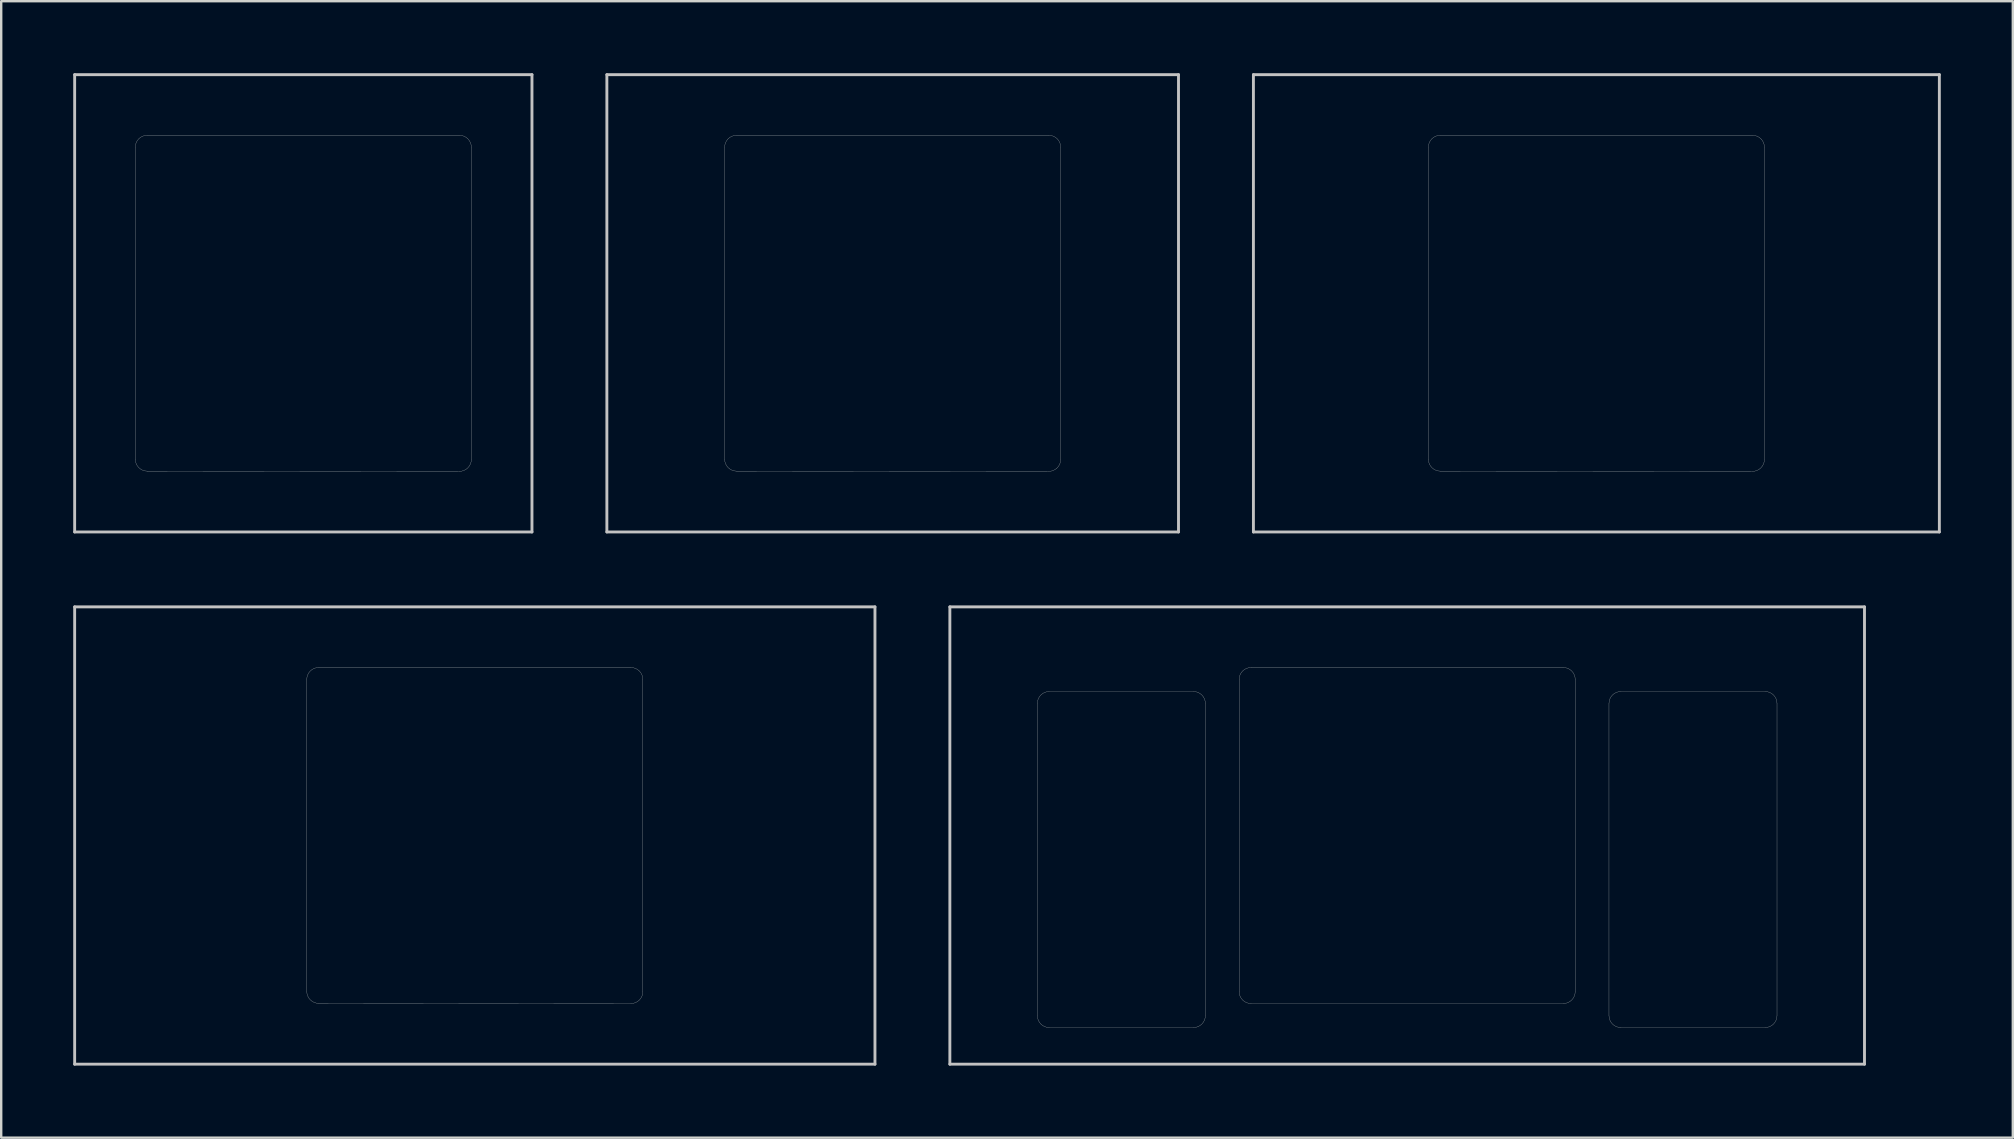
<source format=kicad_pcb>
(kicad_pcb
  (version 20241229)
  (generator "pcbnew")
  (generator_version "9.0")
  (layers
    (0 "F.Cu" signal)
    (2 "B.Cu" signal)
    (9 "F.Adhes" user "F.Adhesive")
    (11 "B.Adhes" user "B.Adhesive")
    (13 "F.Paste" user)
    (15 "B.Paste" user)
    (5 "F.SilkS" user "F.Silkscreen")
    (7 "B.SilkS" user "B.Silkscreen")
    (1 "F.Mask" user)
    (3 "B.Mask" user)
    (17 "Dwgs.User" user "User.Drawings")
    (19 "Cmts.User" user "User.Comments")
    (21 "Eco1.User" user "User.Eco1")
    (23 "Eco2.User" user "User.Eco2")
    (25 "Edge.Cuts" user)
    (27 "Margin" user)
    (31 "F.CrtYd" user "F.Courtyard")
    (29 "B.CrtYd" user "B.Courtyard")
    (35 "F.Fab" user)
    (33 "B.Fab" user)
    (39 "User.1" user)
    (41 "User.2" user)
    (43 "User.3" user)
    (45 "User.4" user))
  (footprint "MX200"
    (layer "F.Cu")
    (at 55.568 31.755)
    (property "Reference" "MX200" (at 0 2.381 0) (layer "Eco1.User") (effects (font (size 1 1) (thickness 0.15))))
    (attr through_hole)
    (fp_line (start -19.05 -9.525) (end 19.05 -9.525) (stroke (width 0.12) (type solid)) (layer "Dwgs.User"))
    (fp_line (start -19.05 9.525) (end -19.05 -9.525) (stroke (width 0.12) (type solid)) (layer "Dwgs.User"))
    (fp_line (start 19.05 -9.525) (end 19.05 9.525) (stroke (width 0.12) (type solid)) (layer "Dwgs.User"))
    (fp_line (start 19.05 9.525) (end -19.05 9.525) (stroke (width 0.12) (type solid)) (layer "Dwgs.User"))
    (fp_line (start 0 0) (end -0.5 0) (stroke (width 0.12) (type solid)) (layer "Eco1.User"))
    (fp_line (start 0 0) (end 0 -0.5) (stroke (width 0.12) (type solid)) (layer "Eco1.User"))
    (fp_line (start 0 0) (end 0 0.5) (stroke (width 0.12) (type solid)) (layer "Eco1.User"))
    (fp_line (start 0 0) (end 0.5 0) (stroke (width 0.12) (type solid)) (layer "Eco1.User"))
    (fp_line (start -15.406 -5.5) (end -15.406 7.5) (stroke (width 0.01) (type solid)) (layer "Edge.Cuts"))
    (fp_line (start -14.906 -6) (end -8.906 -6) (stroke (width 0.01) (type solid)) (layer "Edge.Cuts"))
    (fp_line (start -14.906 8) (end -8.906 8) (stroke (width 0.01) (type solid)) (layer "Edge.Cuts"))
    (fp_line (start -8.406 -5.5) (end -8.406 7.5) (stroke (width 0.01) (type solid)) (layer "Edge.Cuts"))
    (fp_line (start -7 -6.5) (end -7 6.5) (stroke (width 0.01) (type solid)) (layer "Edge.Cuts"))
    (fp_line (start -6.5 -7) (end 6.5 -7) (stroke (width 0.01) (type solid)) (layer "Edge.Cuts"))
    (fp_line (start -6.5 7) (end 6.5 7) (stroke (width 0.01) (type solid)) (layer "Edge.Cuts"))
    (fp_line (start 7 -6.5) (end 7 6.5) (stroke (width 0.01) (type solid)) (layer "Edge.Cuts"))
    (fp_line (start 8.406 -5.5) (end 8.406 7.5) (stroke (width 0.01) (type solid)) (layer "Edge.Cuts"))
    (fp_line (start 8.906 -6) (end 14.906 -6) (stroke (width 0.01) (type solid)) (layer "Edge.Cuts"))
    (fp_line (start 8.906 8) (end 14.906 8) (stroke (width 0.01) (type solid)) (layer "Edge.Cuts"))
    (fp_line (start 15.406 -5.5) (end 15.406 7.5) (stroke (width 0.01) (type solid)) (layer "Edge.Cuts"))
    (fp_arc (start -15.40625 -5.5) (mid -15.259803 -5.853553) (end -14.90625 -6) (stroke (width 0.010007) (type solid)) (layer "Edge.Cuts"))
    (fp_arc (start -14.90625 8.000008) (mid -15.259803 7.853561) (end -15.40625 7.500008) (stroke (width 0.010007) (type solid)) (layer "Edge.Cuts"))
    (fp_arc (start -8.90625 -6) (mid -8.552697 -5.853553) (end -8.40625 -5.5) (stroke (width 0.010007) (type solid)) (layer "Edge.Cuts"))
    (fp_arc (start -8.40625 7.500008) (mid -8.552697 7.853561) (end -8.90625 8.000008) (stroke (width 0.010007) (type solid)) (layer "Edge.Cuts"))
    (fp_arc (start -7 -6.5) (mid -6.853553 -6.853553) (end -6.5 -7) (stroke (width 0.010007) (type solid)) (layer "Edge.Cuts"))
    (fp_arc (start -6.5 7) (mid -6.853553 6.853553) (end -7 6.5) (stroke (width 0.010007) (type solid)) (layer "Edge.Cuts"))
    (fp_arc (start 6.5 -7) (mid 6.853553 -6.853553) (end 7 -6.5) (stroke (width 0.010007) (type solid)) (layer "Edge.Cuts"))
    (fp_arc (start 6.999672 6.500007) (mid 6.853225 6.85356) (end 6.499672 7.000007) (stroke (width 0.010007) (type solid)) (layer "Edge.Cuts"))
    (fp_arc (start 8.40625 -5.5) (mid 8.552697 -5.853553) (end 8.90625 -6) (stroke (width 0.010007) (type solid)) (layer "Edge.Cuts"))
    (fp_arc (start 8.90625 8.000008) (mid 8.552697 7.853561) (end 8.40625 7.500008) (stroke (width 0.010007) (type solid)) (layer "Edge.Cuts"))
    (fp_arc (start 14.90625 -6) (mid 15.259803 -5.853553) (end 15.40625 -5.5) (stroke (width 0.010007) (type solid)) (layer "Edge.Cuts"))
    (fp_arc (start 15.40625 7.500008) (mid 15.259803 7.853561) (end 14.90625 8.000008) (stroke (width 0.010007) (type solid)) (layer "Edge.Cuts")))
  (footprint "MX150"
    (layer "F.Cu")
    (at 63.45 9.585)
    (property "Reference" "MX150" (at 0 2.381 0) (layer "Eco1.User") (effects (font (size 1 1) (thickness 0.15))))
    (attr through_hole)
    (fp_line (start -14.287 -9.525) (end 14.287 -9.525) (stroke (width 0.12) (type solid)) (layer "Dwgs.User"))
    (fp_line (start -14.287 9.525) (end -14.287 -9.525) (stroke (width 0.12) (type solid)) (layer "Dwgs.User"))
    (fp_line (start 14.287 -9.525) (end 14.287 9.525) (stroke (width 0.12) (type solid)) (layer "Dwgs.User"))
    (fp_line (start 14.287 9.525) (end -14.287 9.525) (stroke (width 0.12) (type solid)) (layer "Dwgs.User"))
    (fp_line (start -0.5 0) (end 0 0) (stroke (width 0.12) (type solid)) (layer "Eco1.User"))
    (fp_line (start 0 -0.5) (end 0 0.5) (stroke (width 0.12) (type solid)) (layer "Eco1.User"))
    (fp_line (start 0 0) (end 0 -0.5) (stroke (width 0.12) (type solid)) (layer "Eco1.User"))
    (fp_line (start 0 0) (end 0.5 0) (stroke (width 0.12) (type solid)) (layer "Eco1.User"))
    (fp_line (start -7 -6.5) (end -7 6.491) (stroke (width 0.01) (type solid)) (layer "Edge.Cuts"))
    (fp_line (start -6.5 -7) (end 6.5 -7) (stroke (width 0.01) (type solid)) (layer "Edge.Cuts"))
    (fp_line (start -6.5 6.991) (end 6.5 7) (stroke (width 0.01) (type solid)) (layer "Edge.Cuts"))
    (fp_line (start 7 -6.5) (end 7 6.5) (stroke (width 0.01) (type solid)) (layer "Edge.Cuts"))
    (fp_arc (start -7 -6.5) (mid -6.853553 -6.853553) (end -6.5 -7) (stroke (width 0.010007) (type solid)) (layer "Edge.Cuts"))
    (fp_arc (start -6.5 6.990924) (mid -6.853553 6.844477) (end -7 6.490924) (stroke (width 0.010007) (type solid)) (layer "Edge.Cuts"))
    (fp_arc (start 6.5 -7) (mid 6.853553 -6.853553) (end 7 -6.5) (stroke (width 0.010007) (type solid)) (layer "Edge.Cuts"))
    (fp_arc (start 7 6.5) (mid 6.853553 6.853553) (end 6.5 7) (stroke (width 0.010007) (type solid)) (layer "Edge.Cuts")))
  (footprint "MX100"
    (layer "F.Cu")
    (at 9.585 9.585)
    (property "Reference" "MX100" (at 0 2.381 0) (layer "Eco1.User") (effects (font (size 1 1) (thickness 0.15))))
    (attr through_hole)
    (fp_line (start -9.525 -9.525) (end 9.525 -9.525) (stroke (width 0.12) (type solid)) (layer "Dwgs.User"))
    (fp_line (start -9.525 9.525) (end -9.525 -9.525) (stroke (width 0.12) (type solid)) (layer "Dwgs.User"))
    (fp_line (start 9.525 -9.525) (end 9.525 9.525) (stroke (width 0.12) (type solid)) (layer "Dwgs.User"))
    (fp_line (start 9.525 9.525) (end -9.525 9.525) (stroke (width 0.12) (type solid)) (layer "Dwgs.User"))
    (fp_line (start 0 0) (end -0.5 0) (stroke (width 0.12) (type solid)) (layer "Eco1.User"))
    (fp_line (start 0 0) (end 0 -0.5) (stroke (width 0.12) (type solid)) (layer "Eco1.User"))
    (fp_line (start 0 0) (end 0 0.5) (stroke (width 0.12) (type solid)) (layer "Eco1.User"))
    (fp_line (start 0 0) (end 0.5 0) (stroke (width 0.12) (type solid)) (layer "Eco1.User"))
    (fp_line (start -7 -6.5) (end -7 6.491) (stroke (width 0.01) (type solid)) (layer "Edge.Cuts"))
    (fp_line (start -6.5 -7) (end 6.5 -7) (stroke (width 0.01) (type solid)) (layer "Edge.Cuts"))
    (fp_line (start -6.5 6.991) (end 6.5 7) (stroke (width 0.01) (type solid)) (layer "Edge.Cuts"))
    (fp_line (start 7 -6.5) (end 7 6.5) (stroke (width 0.01) (type solid)) (layer "Edge.Cuts"))
    (fp_arc (start -7 -6.5) (mid -6.853553 -6.853553) (end -6.5 -7) (stroke (width 0.010007) (type solid)) (layer "Edge.Cuts"))
    (fp_arc (start -6.5 6.990924) (mid -6.853553 6.844477) (end -7 6.490924) (stroke (width 0.010007) (type solid)) (layer "Edge.Cuts"))
    (fp_arc (start 6.5 -7) (mid 6.853553 -6.853553) (end 7 -6.5) (stroke (width 0.010007) (type solid)) (layer "Edge.Cuts"))
    (fp_arc (start 7 6.5) (mid 6.853553 6.853553) (end 6.5 7) (stroke (width 0.010007) (type solid)) (layer "Edge.Cuts")))
  (footprint "MX175"
    (layer "F.Cu")
    (at 16.729 31.755)
    (property "Reference" "MX175" (at 0 2.381 0) (layer "Eco1.User") (effects (font (size 1 1) (thickness 0.15))))
    (attr through_hole)
    (fp_line (start -16.669 -9.525) (end 16.669 -9.525) (stroke (width 0.12) (type solid)) (layer "Dwgs.User"))
    (fp_line (start -16.669 9.525) (end -16.669 -9.525) (stroke (width 0.12) (type solid)) (layer "Dwgs.User"))
    (fp_line (start 16.669 -9.525) (end 16.669 9.525) (stroke (width 0.12) (type solid)) (layer "Dwgs.User"))
    (fp_line (start 16.669 9.525) (end -16.669 9.525) (stroke (width 0.12) (type solid)) (layer "Dwgs.User"))
    (fp_line (start -0.5 0) (end 0 0) (stroke (width 0.12) (type solid)) (layer "Eco1.User"))
    (fp_line (start 0 -0.5) (end 0 0) (stroke (width 0.12) (type solid)) (layer "Eco1.User"))
    (fp_line (start 0 0) (end 0 0.5) (stroke (width 0.12) (type solid)) (layer "Eco1.User"))
    (fp_line (start 0 0) (end 0.5 0) (stroke (width 0.12) (type solid)) (layer "Eco1.User"))
    (fp_line (start -7 -6.5) (end -7 6.491) (stroke (width 0.01) (type solid)) (layer "Edge.Cuts"))
    (fp_line (start -6.5 -7) (end 6.5 -7) (stroke (width 0.01) (type solid)) (layer "Edge.Cuts"))
    (fp_line (start -6.5 6.991) (end 6.5 7) (stroke (width 0.01) (type solid)) (layer "Edge.Cuts"))
    (fp_line (start 7 -6.5) (end 7 6.5) (stroke (width 0.01) (type solid)) (layer "Edge.Cuts"))
    (fp_arc (start -7 -6.5) (mid -6.853553 -6.853553) (end -6.5 -7) (stroke (width 0.010007) (type solid)) (layer "Edge.Cuts"))
    (fp_arc (start -6.5 6.990924) (mid -6.853553 6.844477) (end -7 6.490924) (stroke (width 0.010007) (type solid)) (layer "Edge.Cuts"))
    (fp_arc (start 6.5 -7) (mid 6.853553 -6.853553) (end 7 -6.5) (stroke (width 0.010007) (type solid)) (layer "Edge.Cuts"))
    (fp_arc (start 7 6.5) (mid 6.853553 6.853553) (end 6.5 7) (stroke (width 0.010007) (type solid)) (layer "Edge.Cuts")))
  (footprint "MX125"
    (layer "F.Cu")
    (at 34.136 9.585)
    (property "Reference" "MX125" (at 0 2.381 0) (layer "Eco1.User") (effects (font (size 1 1) (thickness 0.15))))
    (attr through_hole)
    (fp_line (start -11.906 -9.525) (end 11.906 -9.525) (stroke (width 0.12) (type solid)) (layer "Dwgs.User"))
    (fp_line (start -11.906 9.525) (end -11.906 -9.525) (stroke (width 0.12) (type solid)) (layer "Dwgs.User"))
    (fp_line (start 11.906 -9.525) (end 11.906 9.525) (stroke (width 0.12) (type solid)) (layer "Dwgs.User"))
    (fp_line (start 11.906 9.525) (end -11.906 9.525) (stroke (width 0.12) (type solid)) (layer "Dwgs.User"))
    (fp_line (start -0.5 0) (end 0 0) (stroke (width 0.12) (type solid)) (layer "Eco1.User"))
    (fp_line (start 0 -0.5) (end 0 0) (stroke (width 0.12) (type solid)) (layer "Eco1.User"))
    (fp_line (start 0 0) (end -0.5 0) (stroke (width 0.12) (type solid)) (layer "Eco1.User"))
    (fp_line (start 0 0) (end 0 -0.5) (stroke (width 0.12) (type solid)) (layer "Eco1.User"))
    (fp_line (start 0 0) (end 0 0.5) (stroke (width 0.12) (type solid)) (layer "Eco1.User"))
    (fp_line (start 0 0) (end 0.5 0) (stroke (width 0.12) (type solid)) (layer "Eco1.User"))
    (fp_line (start 0 0.5) (end 0 0) (stroke (width 0.12) (type solid)) (layer "Eco1.User"))
    (fp_line (start -7 -6.5) (end -7 6.491) (stroke (width 0.01) (type solid)) (layer "Edge.Cuts"))
    (fp_line (start -6.5 -7) (end 6.5 -7) (stroke (width 0.01) (type solid)) (layer "Edge.Cuts"))
    (fp_line (start -6.5 6.991) (end 6.5 7) (stroke (width 0.01) (type solid)) (layer "Edge.Cuts"))
    (fp_line (start 7 -6.5) (end 7 6.5) (stroke (width 0.01) (type solid)) (layer "Edge.Cuts"))
    (fp_arc (start -7 -6.5) (mid -6.853553 -6.853553) (end -6.5 -7) (stroke (width 0.010007) (type solid)) (layer "Edge.Cuts"))
    (fp_arc (start -6.5 6.990924) (mid -6.853553 6.844477) (end -7 6.490924) (stroke (width 0.010007) (type solid)) (layer "Edge.Cuts"))
    (fp_arc (start 6.5 -7) (mid 6.853553 -6.853553) (end 7 -6.5) (stroke (width 0.010007) (type solid)) (layer "Edge.Cuts"))
    (fp_arc (start 7 6.5) (mid 6.853553 6.853553) (end 6.5 7) (stroke (width 0.010007) (type solid)) (layer "Edge.Cuts")))
  (gr_rect
    (start -3 -3)
    (end 80.797 44.34)
    (stroke (width 0.1) (type default))
    (fill no)
    (layer "Edge.Cuts")))
</source>
